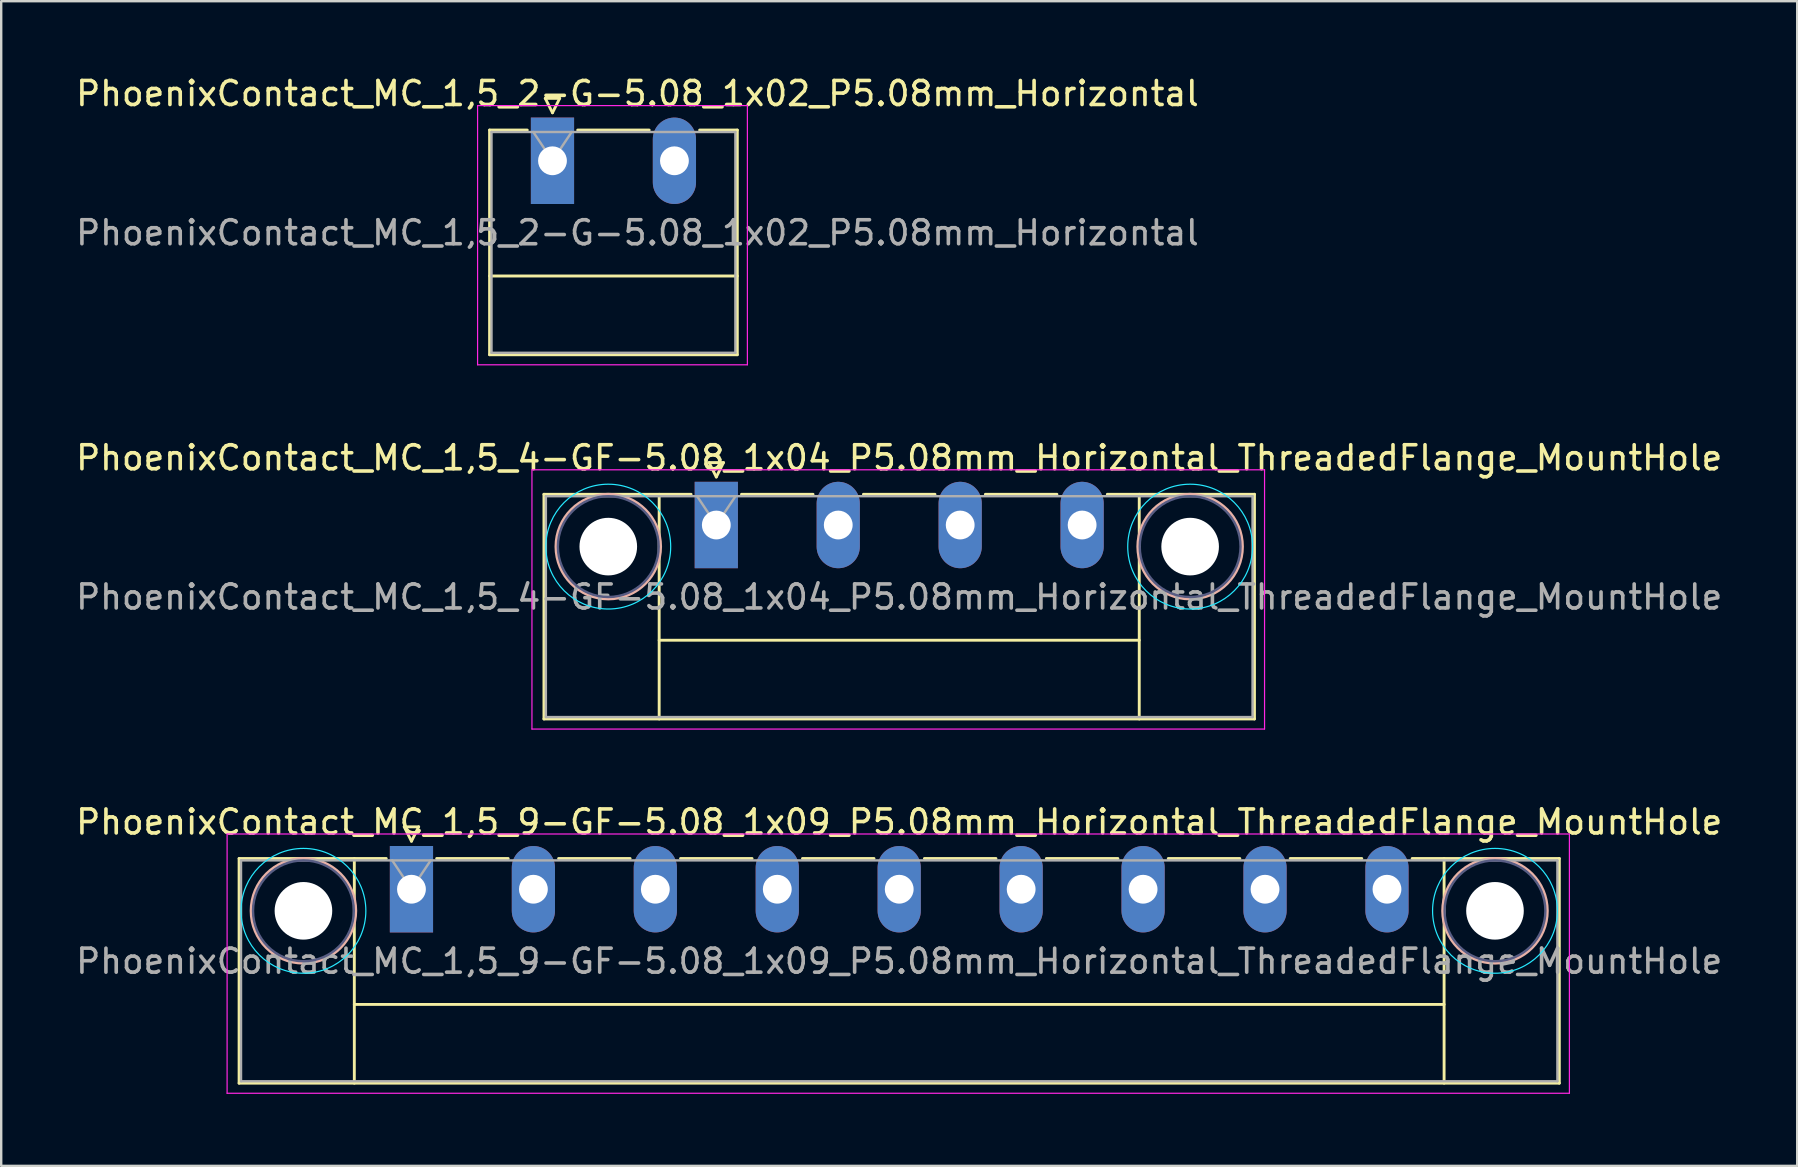
<source format=kicad_pcb>
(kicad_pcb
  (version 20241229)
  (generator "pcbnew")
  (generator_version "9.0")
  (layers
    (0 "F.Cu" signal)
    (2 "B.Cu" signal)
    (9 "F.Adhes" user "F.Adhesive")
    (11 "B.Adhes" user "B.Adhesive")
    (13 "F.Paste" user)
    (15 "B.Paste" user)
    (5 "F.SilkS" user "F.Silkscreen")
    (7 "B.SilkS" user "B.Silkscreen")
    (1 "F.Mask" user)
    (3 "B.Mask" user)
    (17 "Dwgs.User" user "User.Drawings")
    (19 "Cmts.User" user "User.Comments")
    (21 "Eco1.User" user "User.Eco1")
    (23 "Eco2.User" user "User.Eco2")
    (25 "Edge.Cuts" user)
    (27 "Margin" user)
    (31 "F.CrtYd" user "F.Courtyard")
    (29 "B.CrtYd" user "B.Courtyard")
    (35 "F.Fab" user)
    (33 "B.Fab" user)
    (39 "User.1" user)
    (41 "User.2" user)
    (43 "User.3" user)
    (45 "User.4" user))
  (footprint "PhoenixContact_MC_1,5_2-G-5.08_1x02_P5.08mm_Horizontal"
    (layer "F.Cu")
    (at 19.966 3.648)
    (property "Reference" "PhoenixContact_MC_1,5_2-G-5.08_1x02_P5.08mm_Horizontal" (at 3.54 -2.8 0) (layer "F.SilkS") (effects (font (size 1 1) (thickness 0.15))))
    (attr through_hole)
    (fp_line (start -2.62 -1.28) (end -2.62 8.08) (stroke (width 0.12) (type solid)) (layer "F.SilkS"))
    (fp_line (start -2.62 -1.28) (end -1.05 -1.28) (stroke (width 0.12) (type solid)) (layer "F.SilkS"))
    (fp_line (start -2.62 4.8) (end 7.7 4.8) (stroke (width 0.12) (type solid)) (layer "F.SilkS"))
    (fp_line (start -2.62 8.08) (end 7.7 8.08) (stroke (width 0.12) (type solid)) (layer "F.SilkS"))
    (fp_line (start -0.3 -2.6) (end 0.3 -2.6) (stroke (width 0.12) (type solid)) (layer "F.SilkS"))
    (fp_line (start 0 -2) (end -0.3 -2.6) (stroke (width 0.12) (type solid)) (layer "F.SilkS"))
    (fp_line (start 0.3 -2.6) (end 0 -2) (stroke (width 0.12) (type solid)) (layer "F.SilkS"))
    (fp_line (start 1.05 -1.28) (end 4.03 -1.28) (stroke (width 0.12) (type solid)) (layer "F.SilkS"))
    (fp_line (start 7.7 -1.28) (end 6.13 -1.28) (stroke (width 0.12) (type solid)) (layer "F.SilkS"))
    (fp_line (start 7.7 8.08) (end 7.7 -1.28) (stroke (width 0.12) (type solid)) (layer "F.SilkS"))
    (fp_line (start -3.12 -2.3) (end -3.12 8.5) (stroke (width 0.05) (type solid)) (layer "F.CrtYd"))
    (fp_line (start -3.12 8.5) (end 8.12 8.5) (stroke (width 0.05) (type solid)) (layer "F.CrtYd"))
    (fp_line (start 8.12 -2.3) (end -3.12 -2.3) (stroke (width 0.05) (type solid)) (layer "F.CrtYd"))
    (fp_line (start 8.12 8.5) (end 8.12 -2.3) (stroke (width 0.05) (type solid)) (layer "F.CrtYd"))
    (fp_line (start -2.54 -1.2) (end -2.54 8) (stroke (width 0.1) (type solid)) (layer "F.Fab"))
    (fp_line (start -2.54 8) (end 7.62 8) (stroke (width 0.1) (type solid)) (layer "F.Fab"))
    (fp_line (start 0 0) (end -0.8 -1.2) (stroke (width 0.1) (type solid)) (layer "F.Fab"))
    (fp_line (start 0.8 -1.2) (end 0 0) (stroke (width 0.1) (type solid)) (layer "F.Fab"))
    (fp_line (start 7.62 -1.2) (end -2.54 -1.2) (stroke (width 0.1) (type solid)) (layer "F.Fab"))
    (fp_line (start 7.62 8) (end 7.62 -1.2) (stroke (width 0.1) (type solid)) (layer "F.Fab"))
    (fp_text user "${REFERENCE}" (at 3.54 3 0) (layer "F.Fab") (effects (font (size 1 1) (thickness 0.15))))
    (pad "1" thru_hole rect (at 0 0) (size 1.8 3.6) (drill 1.2) (layers "*.Cu" "*.Mask"))
    (pad "2" thru_hole oval (at 5.08 0) (size 1.8 3.6) (drill 1.2) (layers "*.Cu" "*.Mask")))
  (footprint "PhoenixContact_MC_1,5_4-GF-5.08_1x04_P5.08mm_Horizontal_ThreadedFlange_MountHole"
    (layer "F.Cu")
    (at 26.791 18.822)
    (property "Reference" "PhoenixContact_MC_1,5_4-GF-5.08_1x04_P5.08mm_Horizontal_ThreadedFlange_MountHole" (at 7.62 -2.8 0) (layer "F.SilkS") (effects (font (size 1 1) (thickness 0.15))))
    (attr through_hole)
    (fp_line (start -7.18 -1.28) (end -7.18 8.08) (stroke (width 0.12) (type solid)) (layer "F.SilkS"))
    (fp_line (start -7.18 -1.28) (end -1.05 -1.28) (stroke (width 0.12) (type solid)) (layer "F.SilkS"))
    (fp_line (start -7.18 8.08) (end 22.42 8.08) (stroke (width 0.12) (type solid)) (layer "F.SilkS"))
    (fp_line (start -2.38 -1.28) (end -2.38 8.08) (stroke (width 0.12) (type solid)) (layer "F.SilkS"))
    (fp_line (start -2.38 4.8) (end 17.62 4.8) (stroke (width 0.12) (type solid)) (layer "F.SilkS"))
    (fp_line (start -0.3 -2.6) (end 0.3 -2.6) (stroke (width 0.12) (type solid)) (layer "F.SilkS"))
    (fp_line (start 0 -2) (end -0.3 -2.6) (stroke (width 0.12) (type solid)) (layer "F.SilkS"))
    (fp_line (start 0.3 -2.6) (end 0 -2) (stroke (width 0.12) (type solid)) (layer "F.SilkS"))
    (fp_line (start 1.05 -1.28) (end 4.03 -1.28) (stroke (width 0.12) (type solid)) (layer "F.SilkS"))
    (fp_line (start 6.13 -1.28) (end 9.11 -1.28) (stroke (width 0.12) (type solid)) (layer "F.SilkS"))
    (fp_line (start 11.21 -1.28) (end 14.19 -1.28) (stroke (width 0.12) (type solid)) (layer "F.SilkS"))
    (fp_line (start 17.62 -1.28) (end 17.62 8.08) (stroke (width 0.12) (type solid)) (layer "F.SilkS"))
    (fp_line (start 22.42 -1.28) (end 16.29 -1.28) (stroke (width 0.12) (type solid)) (layer "F.SilkS"))
    (fp_line (start 22.42 8.08) (end 22.42 -1.28) (stroke (width 0.12) (type solid)) (layer "F.SilkS"))
    (fp_circle (center -4.5 0.9) (end -2.32 0.9) (stroke (width 0.12) (type solid)) (fill no) (layer "B.SilkS"))
    (fp_circle (center 19.74 0.9) (end 21.92 0.9) (stroke (width 0.12) (type solid)) (fill no) (layer "B.SilkS"))
    (fp_circle (center -4.5 0.9) (end -1.9 0.9) (stroke (width 0.05) (type solid)) (fill no) (layer "B.CrtYd"))
    (fp_circle (center 19.74 0.9) (end 22.34 0.9) (stroke (width 0.05) (type solid)) (fill no) (layer "B.CrtYd"))
    (fp_line (start -7.68 -2.3) (end -7.68 8.5) (stroke (width 0.05) (type solid)) (layer "F.CrtYd"))
    (fp_line (start -7.68 8.5) (end 22.84 8.5) (stroke (width 0.05) (type solid)) (layer "F.CrtYd"))
    (fp_line (start 22.84 -2.3) (end -7.68 -2.3) (stroke (width 0.05) (type solid)) (layer "F.CrtYd"))
    (fp_line (start 22.84 8.5) (end 22.84 -2.3) (stroke (width 0.05) (type solid)) (layer "F.CrtYd"))
    (fp_circle (center -4.5 0.9) (end -2.4 0.9) (stroke (width 0.1) (type solid)) (fill no) (layer "B.Fab"))
    (fp_circle (center 19.74 0.9) (end 21.84 0.9) (stroke (width 0.1) (type solid)) (fill no) (layer "B.Fab"))
    (fp_line (start -7.1 -1.2) (end -7.1 8) (stroke (width 0.1) (type solid)) (layer "F.Fab"))
    (fp_line (start -7.1 8) (end 22.34 8) (stroke (width 0.1) (type solid)) (layer "F.Fab"))
    (fp_line (start 0 0) (end -0.8 -1.2) (stroke (width 0.1) (type solid)) (layer "F.Fab"))
    (fp_line (start 0.8 -1.2) (end 0 0) (stroke (width 0.1) (type solid)) (layer "F.Fab"))
    (fp_line (start 22.34 -1.2) (end -7.1 -1.2) (stroke (width 0.1) (type solid)) (layer "F.Fab"))
    (fp_line (start 22.34 8) (end 22.34 -1.2) (stroke (width 0.1) (type solid)) (layer "F.Fab"))
    (fp_text user "${REFERENCE}" (at 7.62 3 0) (layer "F.Fab") (effects (font (size 1 1) (thickness 0.15))))
    (pad "" np_thru_hole circle (at -4.5 0.9) (size 2.4 2.4) (drill 2.4) (layers "*.Cu" "*.Mask"))
    (pad "" np_thru_hole circle (at 19.74 0.9) (size 2.4 2.4) (drill 2.4) (layers "*.Cu" "*.Mask"))
    (pad "1" thru_hole rect (at 0 0) (size 1.8 3.6) (drill 1.2) (layers "*.Cu" "*.Mask"))
    (pad "2" thru_hole oval (at 5.08 0) (size 1.8 3.6) (drill 1.2) (layers "*.Cu" "*.Mask"))
    (pad "3" thru_hole oval (at 10.16 0) (size 1.8 3.6) (drill 1.2) (layers "*.Cu" "*.Mask"))
    (pad "4" thru_hole oval (at 15.24 0) (size 1.8 3.6) (drill 1.2) (layers "*.Cu" "*.Mask")))
  (footprint "PhoenixContact_MC_1,5_9-GF-5.08_1x09_P5.08mm_Horizontal_ThreadedFlange_MountHole"
    (layer "F.Cu")
    (at 14.091 33.995)
    (property "Reference" "PhoenixContact_MC_1,5_9-GF-5.08_1x09_P5.08mm_Horizontal_ThreadedFlange_MountHole" (at 20.32 -2.8 0) (layer "F.SilkS") (effects (font (size 1 1) (thickness 0.15))))
    (attr through_hole)
    (fp_line (start -7.18 -1.28) (end -7.18 8.08) (stroke (width 0.12) (type solid)) (layer "F.SilkS"))
    (fp_line (start -7.18 -1.28) (end -1.05 -1.28) (stroke (width 0.12) (type solid)) (layer "F.SilkS"))
    (fp_line (start -7.18 8.08) (end 47.82 8.08) (stroke (width 0.12) (type solid)) (layer "F.SilkS"))
    (fp_line (start -2.38 -1.28) (end -2.38 8.08) (stroke (width 0.12) (type solid)) (layer "F.SilkS"))
    (fp_line (start -2.38 4.8) (end 43.02 4.8) (stroke (width 0.12) (type solid)) (layer "F.SilkS"))
    (fp_line (start -0.3 -2.6) (end 0.3 -2.6) (stroke (width 0.12) (type solid)) (layer "F.SilkS"))
    (fp_line (start 0 -2) (end -0.3 -2.6) (stroke (width 0.12) (type solid)) (layer "F.SilkS"))
    (fp_line (start 0.3 -2.6) (end 0 -2) (stroke (width 0.12) (type solid)) (layer "F.SilkS"))
    (fp_line (start 1.05 -1.28) (end 4.03 -1.28) (stroke (width 0.12) (type solid)) (layer "F.SilkS"))
    (fp_line (start 6.13 -1.28) (end 9.11 -1.28) (stroke (width 0.12) (type solid)) (layer "F.SilkS"))
    (fp_line (start 11.21 -1.28) (end 14.19 -1.28) (stroke (width 0.12) (type solid)) (layer "F.SilkS"))
    (fp_line (start 16.29 -1.28) (end 19.27 -1.28) (stroke (width 0.12) (type solid)) (layer "F.SilkS"))
    (fp_line (start 21.37 -1.28) (end 24.35 -1.28) (stroke (width 0.12) (type solid)) (layer "F.SilkS"))
    (fp_line (start 26.45 -1.28) (end 29.43 -1.28) (stroke (width 0.12) (type solid)) (layer "F.SilkS"))
    (fp_line (start 31.53 -1.28) (end 34.51 -1.28) (stroke (width 0.12) (type solid)) (layer "F.SilkS"))
    (fp_line (start 36.61 -1.28) (end 39.59 -1.28) (stroke (width 0.12) (type solid)) (layer "F.SilkS"))
    (fp_line (start 43.02 -1.28) (end 43.02 8.08) (stroke (width 0.12) (type solid)) (layer "F.SilkS"))
    (fp_line (start 47.82 -1.28) (end 41.69 -1.28) (stroke (width 0.12) (type solid)) (layer "F.SilkS"))
    (fp_line (start 47.82 8.08) (end 47.82 -1.28) (stroke (width 0.12) (type solid)) (layer "F.SilkS"))
    (fp_circle (center -4.5 0.9) (end -2.32 0.9) (stroke (width 0.12) (type solid)) (fill no) (layer "B.SilkS"))
    (fp_circle (center 45.14 0.9) (end 47.32 0.9) (stroke (width 0.12) (type solid)) (fill no) (layer "B.SilkS"))
    (fp_circle (center -4.5 0.9) (end -1.9 0.9) (stroke (width 0.05) (type solid)) (fill no) (layer "B.CrtYd"))
    (fp_circle (center 45.14 0.9) (end 47.74 0.9) (stroke (width 0.05) (type solid)) (fill no) (layer "B.CrtYd"))
    (fp_line (start -7.68 -2.3) (end -7.68 8.5) (stroke (width 0.05) (type solid)) (layer "F.CrtYd"))
    (fp_line (start -7.68 8.5) (end 48.24 8.5) (stroke (width 0.05) (type solid)) (layer "F.CrtYd"))
    (fp_line (start 48.24 -2.3) (end -7.68 -2.3) (stroke (width 0.05) (type solid)) (layer "F.CrtYd"))
    (fp_line (start 48.24 8.5) (end 48.24 -2.3) (stroke (width 0.05) (type solid)) (layer "F.CrtYd"))
    (fp_circle (center -4.5 0.9) (end -2.4 0.9) (stroke (width 0.1) (type solid)) (fill no) (layer "B.Fab"))
    (fp_circle (center 45.14 0.9) (end 47.24 0.9) (stroke (width 0.1) (type solid)) (fill no) (layer "B.Fab"))
    (fp_line (start -7.1 -1.2) (end -7.1 8) (stroke (width 0.1) (type solid)) (layer "F.Fab"))
    (fp_line (start -7.1 8) (end 47.74 8) (stroke (width 0.1) (type solid)) (layer "F.Fab"))
    (fp_line (start 0 0) (end -0.8 -1.2) (stroke (width 0.1) (type solid)) (layer "F.Fab"))
    (fp_line (start 0.8 -1.2) (end 0 0) (stroke (width 0.1) (type solid)) (layer "F.Fab"))
    (fp_line (start 47.74 -1.2) (end -7.1 -1.2) (stroke (width 0.1) (type solid)) (layer "F.Fab"))
    (fp_line (start 47.74 8) (end 47.74 -1.2) (stroke (width 0.1) (type solid)) (layer "F.Fab"))
    (fp_text user "${REFERENCE}" (at 20.32 3 0) (layer "F.Fab") (effects (font (size 1 1) (thickness 0.15))))
    (pad "" np_thru_hole circle (at -4.5 0.9) (size 2.4 2.4) (drill 2.4) (layers "*.Cu" "*.Mask"))
    (pad "" np_thru_hole circle (at 45.14 0.9) (size 2.4 2.4) (drill 2.4) (layers "*.Cu" "*.Mask"))
    (pad "1" thru_hole rect (at 0 0) (size 1.8 3.6) (drill 1.2) (layers "*.Cu" "*.Mask"))
    (pad "2" thru_hole oval (at 5.08 0) (size 1.8 3.6) (drill 1.2) (layers "*.Cu" "*.Mask"))
    (pad "3" thru_hole oval (at 10.16 0) (size 1.8 3.6) (drill 1.2) (layers "*.Cu" "*.Mask"))
    (pad "4" thru_hole oval (at 15.24 0) (size 1.8 3.6) (drill 1.2) (layers "*.Cu" "*.Mask"))
    (pad "5" thru_hole oval (at 20.32 0) (size 1.8 3.6) (drill 1.2) (layers "*.Cu" "*.Mask"))
    (pad "6" thru_hole oval (at 25.4 0) (size 1.8 3.6) (drill 1.2) (layers "*.Cu" "*.Mask"))
    (pad "7" thru_hole oval (at 30.48 0) (size 1.8 3.6) (drill 1.2) (layers "*.Cu" "*.Mask"))
    (pad "8" thru_hole oval (at 35.56 0) (size 1.8 3.6) (drill 1.2) (layers "*.Cu" "*.Mask"))
    (pad "9" thru_hole oval (at 40.64 0) (size 1.8 3.6) (drill 1.2) (layers "*.Cu" "*.Mask")))
  (gr_rect
    (start -3 -3)
    (end 71.821 45.52)
    (stroke (width 0.1) (type default))
    (fill no)
    (layer "Edge.Cuts")))
</source>
